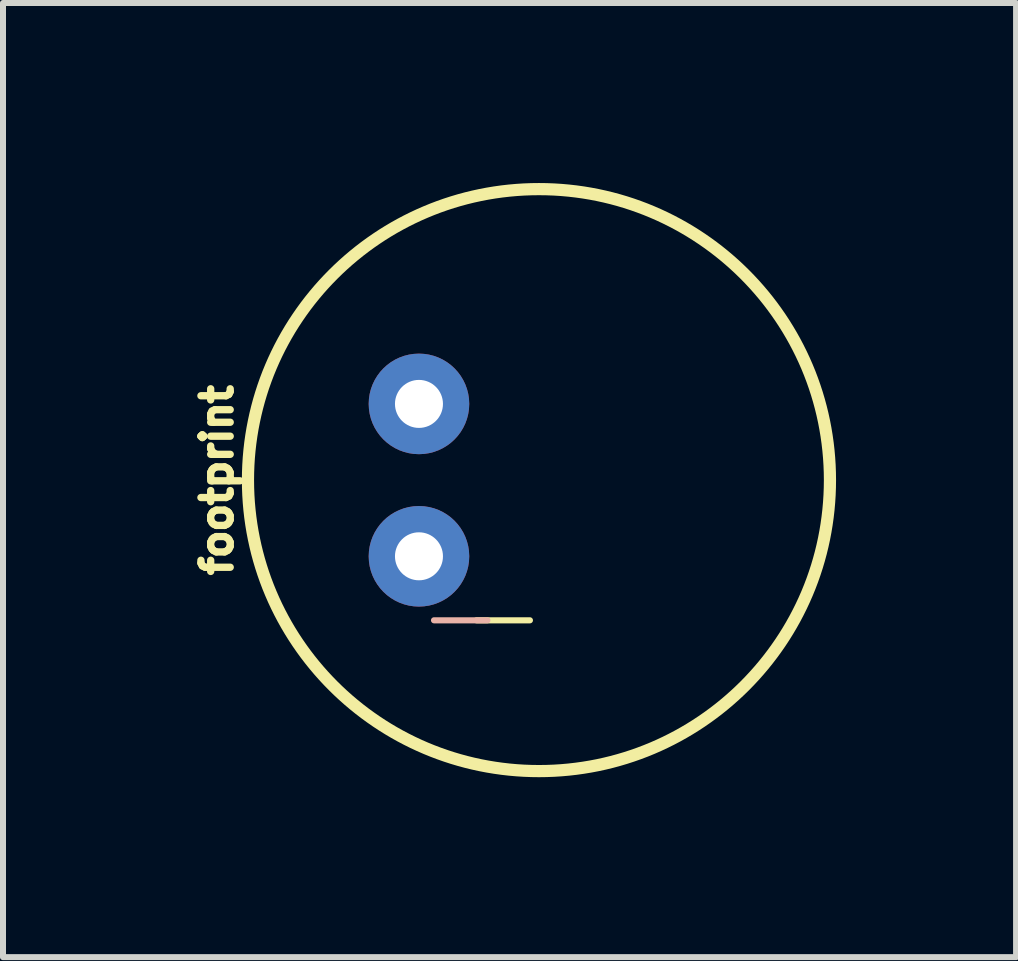
<source format=kicad_pcb>
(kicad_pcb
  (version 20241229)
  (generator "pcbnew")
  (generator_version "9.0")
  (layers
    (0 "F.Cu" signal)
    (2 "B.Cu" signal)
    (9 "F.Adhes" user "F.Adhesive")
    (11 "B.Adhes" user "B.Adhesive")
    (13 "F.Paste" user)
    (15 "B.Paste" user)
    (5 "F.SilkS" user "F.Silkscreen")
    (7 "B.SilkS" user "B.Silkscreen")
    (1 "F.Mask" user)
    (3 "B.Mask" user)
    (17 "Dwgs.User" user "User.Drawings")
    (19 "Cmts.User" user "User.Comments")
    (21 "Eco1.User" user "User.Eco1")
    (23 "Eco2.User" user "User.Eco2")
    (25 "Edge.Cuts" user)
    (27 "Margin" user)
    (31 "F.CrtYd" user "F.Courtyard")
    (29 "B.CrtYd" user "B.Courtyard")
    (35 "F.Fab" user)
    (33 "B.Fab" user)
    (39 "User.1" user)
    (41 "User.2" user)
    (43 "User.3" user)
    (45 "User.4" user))
  (footprint "footprint"
    (layer "F.Cu")
    (at 5.933 4.952)
    (property "Reference" "footprint" (at -5.08 0 90) (layer "F.SilkS") (effects (font (size 0.488 0.488) (thickness 0.122)) (justify bottom)))
    (fp_circle (center 0 0) (end 4.85 0) (stroke (width 0.203) (type solid)) (fill no) (layer "F.SilkS"))
    (fp_text user "-" (at -1.386 2.93 0) (layer "F.SilkS") (effects (font (size 1.168 1.168) (thickness 0.102)) (justify left bottom)))
    (fp_text user "-" (at -0.514 2.93 0) (layer "B.SilkS") (effects (font (size 1.168 1.168) (thickness 0.102)) (justify left bottom mirror)))
    (pad "GND" thru_hole circle (at -2 1.27) (size 1.676 1.676) (drill 0.8) (layers "*.Cu" "*.Mask"))
    (pad "OUT" thru_hole circle (at -2 -1.27) (size 1.676 1.676) (drill 0.8) (layers "*.Cu" "*.Mask")))
  (gr_rect
    (start -3 -3)
    (end 13.885 12.903)
    (stroke (width 0.1) (type default))
    (fill no)
    (layer "Edge.Cuts")))
</source>
